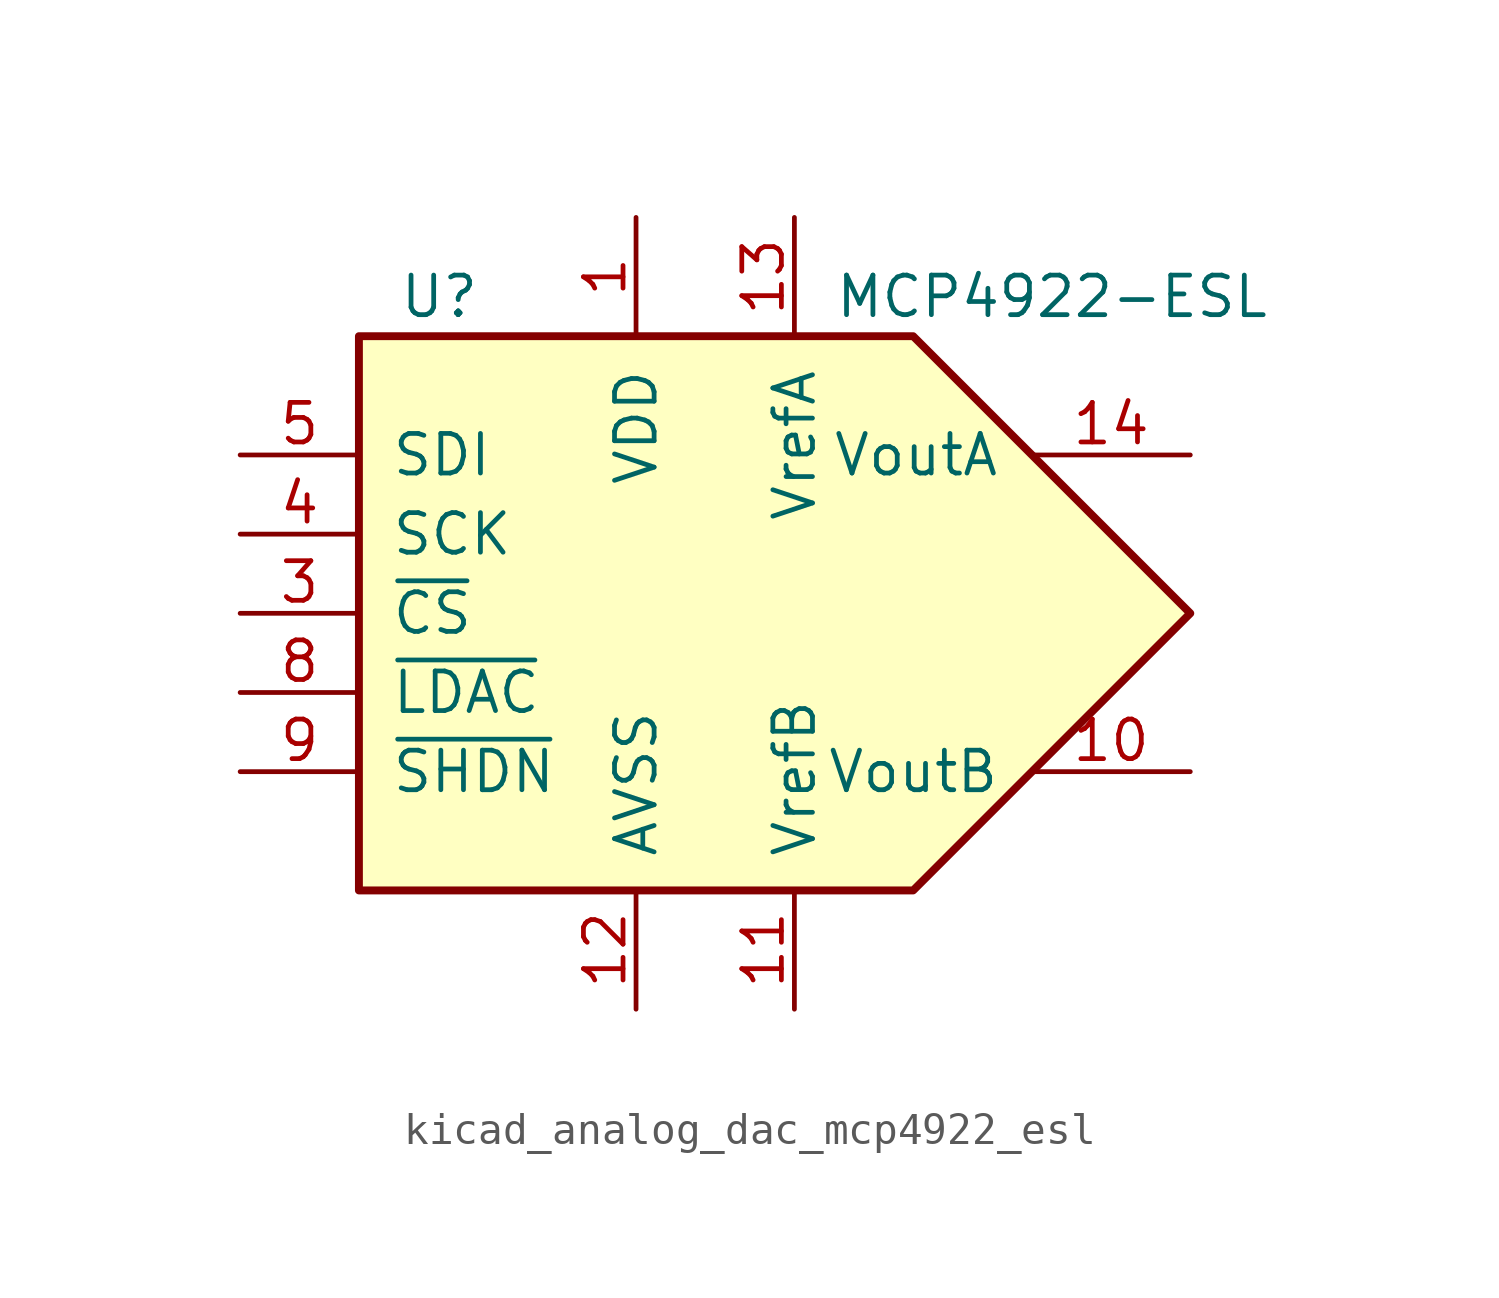
<source format=kicad_sym>
(kicad_symbol_lib
  (version 20220914)
  (generator kicad_symbol_editor)
  (symbol "kicad_analog_dac_mcp4922_esl"
    (pin_names
      (offset 1.016))
    (property "Reference" "U"
      (at -10.16 10.16 0)
      (effects (font (size 1.27 1.27)) (justify left)))
    (property "Value" "MCP4922-ESL"
      (at 3.81 10.16 0)
      (effects (font (size 1.27 1.27)) (justify left)))
    (symbol "kicad_analog_dac_mcp4922_esl_0_1"
      (polyline (pts (xy -11.43 8.89) (xy 6.35 8.89) (xy 15.24 0) (xy 6.35 -8.89) (xy -11.43 -8.89) (xy -11.43 8.89)) (stroke (width 0.254) (type default)) (fill (type background))))
    (symbol "kicad_analog_dac_mcp4922_esl_1_1"
      (pin power_in line (at -2.54 12.7 270) (length 3.81) (name "VDD" (effects (font (size 1.27 1.27)))) (number "1" (effects (font (size 1.27 1.27)))))
      (pin passive line (at 15.24 -5.08 180) (length 5.08) (name "VoutB" (effects (font (size 1.27 1.27)))) (number "10" (effects (font (size 1.27 1.27)))))
      (pin passive line (at 2.54 -12.7 90) (length 3.81) (name "VrefB" (effects (font (size 1.27 1.27)))) (number "11" (effects (font (size 1.27 1.27)))))
      (pin power_in line (at -2.54 -12.7 90) (length 3.81) (name "AVSS" (effects (font (size 1.27 1.27)))) (number "12" (effects (font (size 1.27 1.27)))))
      (pin passive line (at 2.54 12.7 270) (length 3.81) (name "VrefA" (effects (font (size 1.27 1.27)))) (number "13" (effects (font (size 1.27 1.27)))))
      (pin passive line (at 15.24 5.08 180) (length 5.08) (name "VoutA" (effects (font (size 1.27 1.27)))) (number "14" (effects (font (size 1.27 1.27)))))
      (pin no_connect line (at -5.08 -8.89 90) (length 2.54) hide (name "NC" (effects (font (size 1.27 1.27)))) (number "2" (effects (font (size 1.27 1.27)))))
      (pin input line (at -15.24 0 0) (length 3.81) (name "~{CS}" (effects (font (size 1.27 1.27)))) (number "3" (effects (font (size 1.27 1.27)))))
      (pin input line (at -15.24 2.54 0) (length 3.81) (name "SCK" (effects (font (size 1.27 1.27)))) (number "4" (effects (font (size 1.27 1.27)))))
      (pin input line (at -15.24 5.08 0) (length 3.81) (name "SDI" (effects (font (size 1.27 1.27)))) (number "5" (effects (font (size 1.27 1.27)))))
      (pin no_connect line (at -7.62 -8.89 90) (length 2.54) hide (name "NC" (effects (font (size 1.27 1.27)))) (number "6" (effects (font (size 1.27 1.27)))))
      (pin no_connect line (at -10.16 -8.89 90) (length 2.54) hide (name "NC" (effects (font (size 1.27 1.27)))) (number "7" (effects (font (size 1.27 1.27)))))
      (pin input line (at -15.24 -2.54 0) (length 3.81) (name "~{LDAC}" (effects (font (size 1.27 1.27)))) (number "8" (effects (font (size 1.27 1.27)))))
      (pin input line (at -15.24 -5.08 0) (length 3.81) (name "~{SHDN}" (effects (font (size 1.27 1.27)))) (number "9" (effects (font (size 1.27 1.27))))))))
</source>
